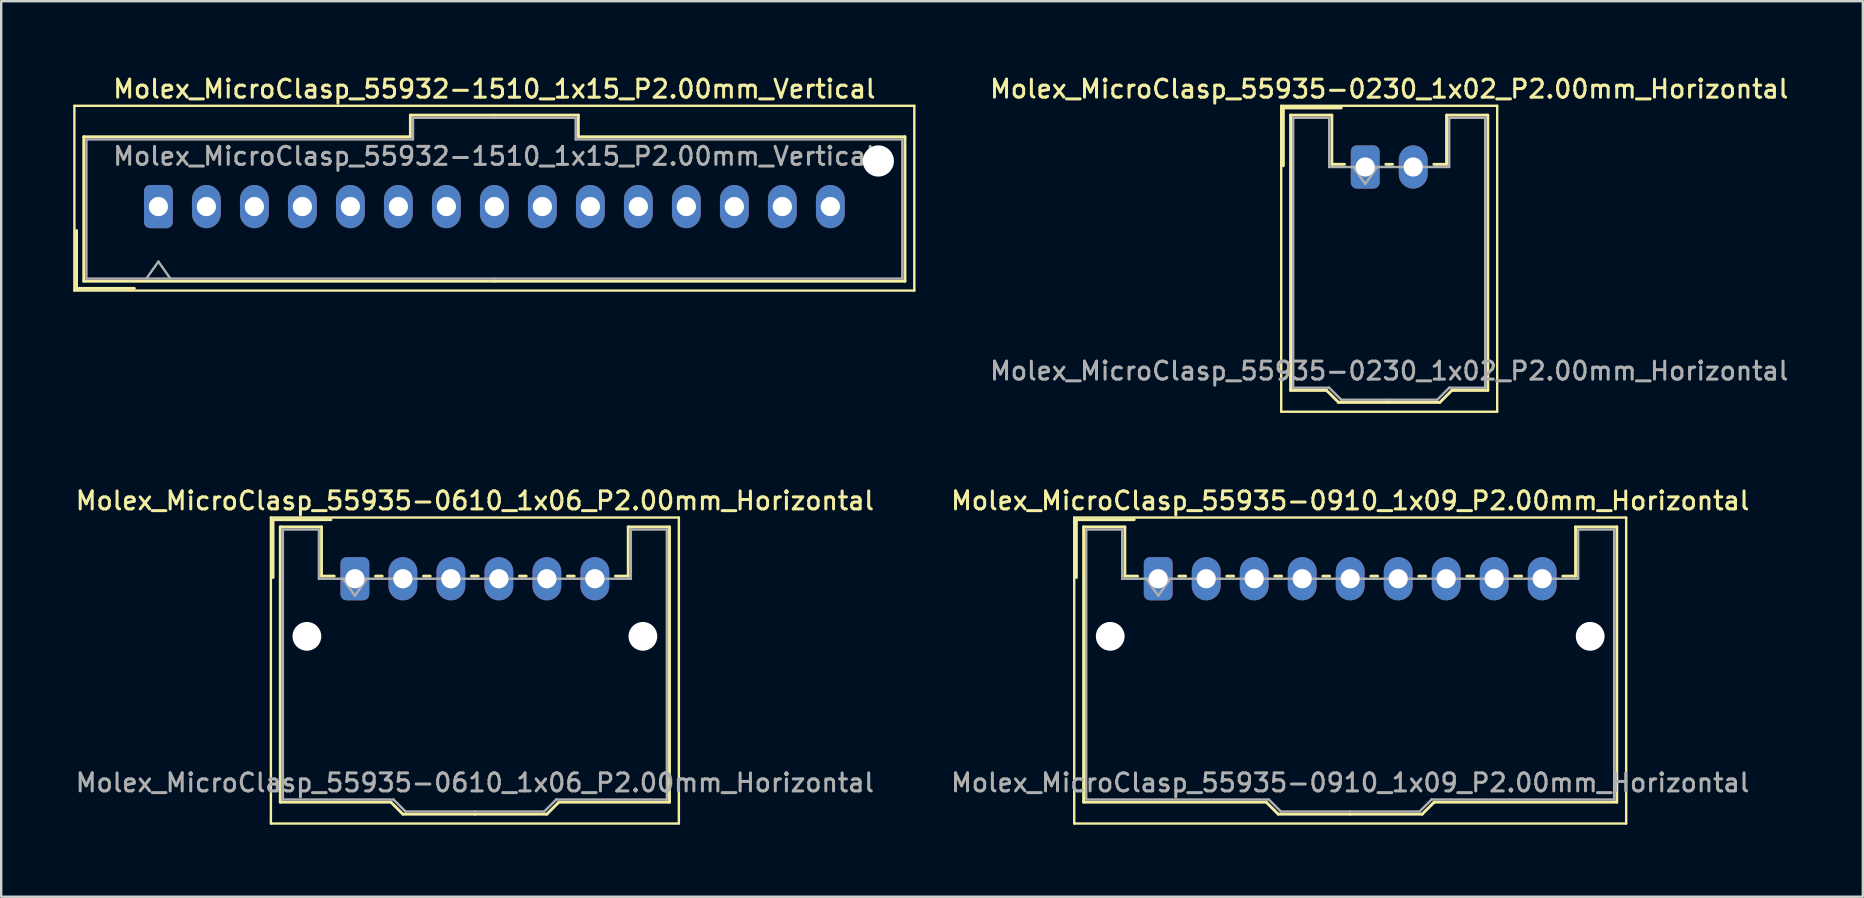
<source format=kicad_pcb>
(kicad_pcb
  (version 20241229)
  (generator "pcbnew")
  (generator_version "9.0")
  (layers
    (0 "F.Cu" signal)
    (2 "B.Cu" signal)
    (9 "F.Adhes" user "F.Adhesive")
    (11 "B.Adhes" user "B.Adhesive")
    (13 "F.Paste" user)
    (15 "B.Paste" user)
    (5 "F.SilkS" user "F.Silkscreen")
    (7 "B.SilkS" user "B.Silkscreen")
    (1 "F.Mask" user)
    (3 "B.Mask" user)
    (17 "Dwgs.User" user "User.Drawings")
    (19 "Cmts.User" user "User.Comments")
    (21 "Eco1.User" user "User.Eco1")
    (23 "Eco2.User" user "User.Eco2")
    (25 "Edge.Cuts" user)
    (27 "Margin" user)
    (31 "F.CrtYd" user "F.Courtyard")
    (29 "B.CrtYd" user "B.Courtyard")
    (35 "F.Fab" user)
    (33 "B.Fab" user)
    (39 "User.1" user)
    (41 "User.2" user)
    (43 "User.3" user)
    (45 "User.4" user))
  (footprint "Molex_MicroClasp_55935-0230_1x02_P2.00mm_Horizontal"
    (layer "F.Cu")
    (at 53.838 3.908)
    (property "Reference" "Molex_MicroClasp_55935-0230_1x02_P2.00mm_Horizontal" (at 1 -3.25 0) (layer "F.SilkS") (effects (font (size 0.75 0.75) (thickness 0.125))))
    (attr through_hole)
    (fp_line (start -3.5 -2.55) (end -3.5 10.2) (stroke (width 0.1) (type solid)) (layer "F.SilkS"))
    (fp_line (start -3.5 10.2) (end 5.5 10.2) (stroke (width 0.1) (type solid)) (layer "F.SilkS"))
    (fp_line (start -3.41 -2.46) (end -1 -2.46) (stroke (width 0.12) (type solid)) (layer "F.SilkS"))
    (fp_line (start -3.41 -0.05) (end -3.41 -2.46) (stroke (width 0.12) (type solid)) (layer "F.SilkS"))
    (fp_line (start -3.11 -2.16) (end -1.39 -2.16) (stroke (width 0.12) (type solid)) (layer "F.SilkS"))
    (fp_line (start -3.11 9.31) (end -3.11 -2.16) (stroke (width 0.12) (type solid)) (layer "F.SilkS"))
    (fp_line (start -1.61 9.31) (end -3.11 9.31) (stroke (width 0.12) (type solid)) (layer "F.SilkS"))
    (fp_line (start -1.39 -2.16) (end -1.39 -0.11) (stroke (width 0.12) (type solid)) (layer "F.SilkS"))
    (fp_line (start -1.39 -0.11) (end -0.86 -0.11) (stroke (width 0.12) (type solid)) (layer "F.SilkS"))
    (fp_line (start -1.11 9.81) (end -1.61 9.31) (stroke (width 0.12) (type solid)) (layer "F.SilkS"))
    (fp_line (start 0.86 -0.11) (end 1.14 -0.11) (stroke (width 0.12) (type solid)) (layer "F.SilkS"))
    (fp_line (start 1 9.81) (end -1.11 9.81) (stroke (width 0.12) (type solid)) (layer "F.SilkS"))
    (fp_line (start 1 9.81) (end 3.11 9.81) (stroke (width 0.12) (type solid)) (layer "F.SilkS"))
    (fp_line (start 3.11 9.81) (end 3.61 9.31) (stroke (width 0.12) (type solid)) (layer "F.SilkS"))
    (fp_line (start 3.39 -2.16) (end 3.39 -0.11) (stroke (width 0.12) (type solid)) (layer "F.SilkS"))
    (fp_line (start 3.39 -0.11) (end 2.86 -0.11) (stroke (width 0.12) (type solid)) (layer "F.SilkS"))
    (fp_line (start 3.61 9.31) (end 5.11 9.31) (stroke (width 0.12) (type solid)) (layer "F.SilkS"))
    (fp_line (start 5.11 -2.16) (end 3.39 -2.16) (stroke (width 0.12) (type solid)) (layer "F.SilkS"))
    (fp_line (start 5.11 9.31) (end 5.11 -2.16) (stroke (width 0.12) (type solid)) (layer "F.SilkS"))
    (fp_line (start 5.5 -2.55) (end -3.5 -2.55) (stroke (width 0.1) (type solid)) (layer "F.SilkS"))
    (fp_line (start 5.5 10.2) (end 5.5 -2.55) (stroke (width 0.1) (type solid)) (layer "F.SilkS"))
    (fp_line (start -3 -2.05) (end -1.5 -2.05) (stroke (width 0.1) (type solid)) (layer "F.Fab"))
    (fp_line (start -3 9.2) (end -3 -2.05) (stroke (width 0.1) (type solid)) (layer "F.Fab"))
    (fp_line (start -1.5 -2.05) (end -1.5 0) (stroke (width 0.1) (type solid)) (layer "F.Fab"))
    (fp_line (start -1.5 0) (end 1 0) (stroke (width 0.1) (type solid)) (layer "F.Fab"))
    (fp_line (start -1.5 9.2) (end -3 9.2) (stroke (width 0.1) (type solid)) (layer "F.Fab"))
    (fp_line (start -1 9.7) (end -1.5 9.2) (stroke (width 0.1) (type solid)) (layer "F.Fab"))
    (fp_line (start -0.5 0) (end 0 0.707) (stroke (width 0.1) (type solid)) (layer "F.Fab"))
    (fp_line (start 0 0.707) (end 0.5 0) (stroke (width 0.1) (type solid)) (layer "F.Fab"))
    (fp_line (start 1 9.7) (end -1 9.7) (stroke (width 0.1) (type solid)) (layer "F.Fab"))
    (fp_line (start 1 9.7) (end 3 9.7) (stroke (width 0.1) (type solid)) (layer "F.Fab"))
    (fp_line (start 3 9.7) (end 3.5 9.2) (stroke (width 0.1) (type solid)) (layer "F.Fab"))
    (fp_line (start 3.5 -2.05) (end 3.5 0) (stroke (width 0.1) (type solid)) (layer "F.Fab"))
    (fp_line (start 3.5 0) (end 1 0) (stroke (width 0.1) (type solid)) (layer "F.Fab"))
    (fp_line (start 3.5 9.2) (end 5 9.2) (stroke (width 0.1) (type solid)) (layer "F.Fab"))
    (fp_line (start 5 -2.05) (end 3.5 -2.05) (stroke (width 0.1) (type solid)) (layer "F.Fab"))
    (fp_line (start 5 9.2) (end 5 -2.05) (stroke (width 0.1) (type solid)) (layer "F.Fab"))
    (fp_text user "${REFERENCE}" (at 1 8.5 0) (layer "F.Fab") (effects (font (size 0.75 0.75) (thickness 0.125))))
    (pad "1" thru_hole roundrect (at 0 0) (size 1.2 1.8) (drill 0.8) (layers "*.Cu" "*.Mask") (roundrect_rratio 0.208))
    (pad "2" thru_hole oval (at 2 0) (size 1.2 1.8) (drill 0.8) (layers "*.Cu" "*.Mask")))
  (footprint "Molex_MicroClasp_55932-1510_1x15_P2.00mm_Vertical"
    (layer "F.Cu")
    (at 3.55 5.558)
    (property "Reference" "Molex_MicroClasp_55932-1510_1x15_P2.00mm_Vertical" (at 14 -4.9 0) (layer "F.SilkS") (effects (font (size 0.75 0.75) (thickness 0.125))))
    (attr through_hole)
    (fp_line (start -3.5 -4.2) (end -3.5 3.5) (stroke (width 0.1) (type solid)) (layer "F.SilkS"))
    (fp_line (start -3.5 3.5) (end 31.5 3.5) (stroke (width 0.1) (type solid)) (layer "F.SilkS"))
    (fp_line (start -3.41 1) (end -3.41 3.41) (stroke (width 0.12) (type solid)) (layer "F.SilkS"))
    (fp_line (start -3.41 3.41) (end -1 3.41) (stroke (width 0.12) (type solid)) (layer "F.SilkS"))
    (fp_line (start -3.11 -2.91) (end -3.11 3.11) (stroke (width 0.12) (type solid)) (layer "F.SilkS"))
    (fp_line (start -3.11 3.11) (end 14 3.11) (stroke (width 0.12) (type solid)) (layer "F.SilkS"))
    (fp_line (start 10.5 -3.81) (end 10.5 -2.91) (stroke (width 0.12) (type solid)) (layer "F.SilkS"))
    (fp_line (start 10.5 -2.91) (end -3.11 -2.91) (stroke (width 0.12) (type solid)) (layer "F.SilkS"))
    (fp_line (start 14 -3.81) (end 10.5 -3.81) (stroke (width 0.12) (type solid)) (layer "F.SilkS"))
    (fp_line (start 14 -3.81) (end 17.5 -3.81) (stroke (width 0.12) (type solid)) (layer "F.SilkS"))
    (fp_line (start 17.5 -3.81) (end 17.5 -2.91) (stroke (width 0.12) (type solid)) (layer "F.SilkS"))
    (fp_line (start 17.5 -2.91) (end 31.11 -2.91) (stroke (width 0.12) (type solid)) (layer "F.SilkS"))
    (fp_line (start 31.11 -2.91) (end 31.11 3.11) (stroke (width 0.12) (type solid)) (layer "F.SilkS"))
    (fp_line (start 31.11 3.11) (end 14 3.11) (stroke (width 0.12) (type solid)) (layer "F.SilkS"))
    (fp_line (start 31.5 -4.2) (end -3.5 -4.2) (stroke (width 0.1) (type solid)) (layer "F.SilkS"))
    (fp_line (start 31.5 3.5) (end 31.5 -4.2) (stroke (width 0.1) (type solid)) (layer "F.SilkS"))
    (fp_line (start -3 -2.8) (end -3 3) (stroke (width 0.1) (type solid)) (layer "F.Fab"))
    (fp_line (start -3 3) (end 14 3) (stroke (width 0.1) (type solid)) (layer "F.Fab"))
    (fp_line (start -0.5 3) (end 0 2.293) (stroke (width 0.1) (type solid)) (layer "F.Fab"))
    (fp_line (start 0 2.293) (end 0.5 3) (stroke (width 0.1) (type solid)) (layer "F.Fab"))
    (fp_line (start 10.61 -3.7) (end 10.61 -2.8) (stroke (width 0.1) (type solid)) (layer "F.Fab"))
    (fp_line (start 10.61 -2.8) (end -3 -2.8) (stroke (width 0.1) (type solid)) (layer "F.Fab"))
    (fp_line (start 14 -3.7) (end 10.61 -3.7) (stroke (width 0.1) (type solid)) (layer "F.Fab"))
    (fp_line (start 14 -3.7) (end 17.39 -3.7) (stroke (width 0.1) (type solid)) (layer "F.Fab"))
    (fp_line (start 17.39 -3.7) (end 17.39 -2.8) (stroke (width 0.1) (type solid)) (layer "F.Fab"))
    (fp_line (start 17.39 -2.8) (end 31 -2.8) (stroke (width 0.1) (type solid)) (layer "F.Fab"))
    (fp_line (start 31 -2.8) (end 31 3) (stroke (width 0.1) (type solid)) (layer "F.Fab"))
    (fp_line (start 31 3) (end 14 3) (stroke (width 0.1) (type solid)) (layer "F.Fab"))
    (fp_text user "${REFERENCE}" (at 14 -2.1 0) (layer "F.Fab") (effects (font (size 0.75 0.75) (thickness 0.125))))
    (pad "" np_thru_hole circle (at 30 -1.9) (size 1.3 1.3) (drill 1.3) (layers "*.Cu" "*.Mask"))
    (pad "1" thru_hole roundrect (at 0 0) (size 1.2 1.8) (drill 0.8) (layers "*.Cu" "*.Mask") (roundrect_rratio 0.208))
    (pad "2" thru_hole oval (at 2 0) (size 1.2 1.8) (drill 0.8) (layers "*.Cu" "*.Mask"))
    (pad "3" thru_hole oval (at 4 0) (size 1.2 1.8) (drill 0.8) (layers "*.Cu" "*.Mask"))
    (pad "4" thru_hole oval (at 6 0) (size 1.2 1.8) (drill 0.8) (layers "*.Cu" "*.Mask"))
    (pad "5" thru_hole oval (at 8 0) (size 1.2 1.8) (drill 0.8) (layers "*.Cu" "*.Mask"))
    (pad "6" thru_hole oval (at 10 0) (size 1.2 1.8) (drill 0.8) (layers "*.Cu" "*.Mask"))
    (pad "7" thru_hole oval (at 12 0) (size 1.2 1.8) (drill 0.8) (layers "*.Cu" "*.Mask"))
    (pad "8" thru_hole oval (at 14 0) (size 1.2 1.8) (drill 0.8) (layers "*.Cu" "*.Mask"))
    (pad "9" thru_hole oval (at 16 0) (size 1.2 1.8) (drill 0.8) (layers "*.Cu" "*.Mask"))
    (pad "10" thru_hole oval (at 18 0) (size 1.2 1.8) (drill 0.8) (layers "*.Cu" "*.Mask"))
    (pad "11" thru_hole oval (at 20 0) (size 1.2 1.8) (drill 0.8) (layers "*.Cu" "*.Mask"))
    (pad "12" thru_hole oval (at 22 0) (size 1.2 1.8) (drill 0.8) (layers "*.Cu" "*.Mask"))
    (pad "13" thru_hole oval (at 24 0) (size 1.2 1.8) (drill 0.8) (layers "*.Cu" "*.Mask"))
    (pad "14" thru_hole oval (at 26 0) (size 1.2 1.8) (drill 0.8) (layers "*.Cu" "*.Mask"))
    (pad "15" thru_hole oval (at 28 0) (size 1.2 1.8) (drill 0.8) (layers "*.Cu" "*.Mask")))
  (footprint "Molex_MicroClasp_55935-0910_1x09_P2.00mm_Horizontal"
    (layer "F.Cu")
    (at 45.213 21.066)
    (property "Reference" "Molex_MicroClasp_55935-0910_1x09_P2.00mm_Horizontal" (at 8 -3.25 0) (layer "F.SilkS") (effects (font (size 0.75 0.75) (thickness 0.125))))
    (attr through_hole)
    (fp_line (start -3.5 -2.55) (end -3.5 10.2) (stroke (width 0.1) (type solid)) (layer "F.SilkS"))
    (fp_line (start -3.5 10.2) (end 19.5 10.2) (stroke (width 0.1) (type solid)) (layer "F.SilkS"))
    (fp_line (start -3.41 -2.46) (end -1 -2.46) (stroke (width 0.12) (type solid)) (layer "F.SilkS"))
    (fp_line (start -3.41 -0.05) (end -3.41 -2.46) (stroke (width 0.12) (type solid)) (layer "F.SilkS"))
    (fp_line (start -3.11 -2.16) (end -1.39 -2.16) (stroke (width 0.12) (type solid)) (layer "F.SilkS"))
    (fp_line (start -3.11 9.31) (end -3.11 -2.16) (stroke (width 0.12) (type solid)) (layer "F.SilkS"))
    (fp_line (start -1.39 -2.16) (end -1.39 -0.11) (stroke (width 0.12) (type solid)) (layer "F.SilkS"))
    (fp_line (start -1.39 -0.11) (end -0.86 -0.11) (stroke (width 0.12) (type solid)) (layer "F.SilkS"))
    (fp_line (start 0.86 -0.11) (end 1.14 -0.11) (stroke (width 0.12) (type solid)) (layer "F.SilkS"))
    (fp_line (start 2.86 -0.11) (end 3.14 -0.11) (stroke (width 0.12) (type solid)) (layer "F.SilkS"))
    (fp_line (start 4.5 9.31) (end -3.11 9.31) (stroke (width 0.12) (type solid)) (layer "F.SilkS"))
    (fp_line (start 4.86 -0.11) (end 5.14 -0.11) (stroke (width 0.12) (type solid)) (layer "F.SilkS"))
    (fp_line (start 5 9.81) (end 4.5 9.31) (stroke (width 0.12) (type solid)) (layer "F.SilkS"))
    (fp_line (start 6.86 -0.11) (end 7.14 -0.11) (stroke (width 0.12) (type solid)) (layer "F.SilkS"))
    (fp_line (start 8 9.81) (end 5 9.81) (stroke (width 0.12) (type solid)) (layer "F.SilkS"))
    (fp_line (start 8 9.81) (end 11 9.81) (stroke (width 0.12) (type solid)) (layer "F.SilkS"))
    (fp_line (start 8.86 -0.11) (end 9.14 -0.11) (stroke (width 0.12) (type solid)) (layer "F.SilkS"))
    (fp_line (start 10.86 -0.11) (end 11.14 -0.11) (stroke (width 0.12) (type solid)) (layer "F.SilkS"))
    (fp_line (start 11 9.81) (end 11.5 9.31) (stroke (width 0.12) (type solid)) (layer "F.SilkS"))
    (fp_line (start 11.5 9.31) (end 19.11 9.31) (stroke (width 0.12) (type solid)) (layer "F.SilkS"))
    (fp_line (start 12.86 -0.11) (end 13.14 -0.11) (stroke (width 0.12) (type solid)) (layer "F.SilkS"))
    (fp_line (start 14.86 -0.11) (end 15.14 -0.11) (stroke (width 0.12) (type solid)) (layer "F.SilkS"))
    (fp_line (start 17.39 -2.16) (end 17.39 -0.11) (stroke (width 0.12) (type solid)) (layer "F.SilkS"))
    (fp_line (start 17.39 -0.11) (end 16.86 -0.11) (stroke (width 0.12) (type solid)) (layer "F.SilkS"))
    (fp_line (start 19.11 -2.16) (end 17.39 -2.16) (stroke (width 0.12) (type solid)) (layer "F.SilkS"))
    (fp_line (start 19.11 9.31) (end 19.11 -2.16) (stroke (width 0.12) (type solid)) (layer "F.SilkS"))
    (fp_line (start 19.5 -2.55) (end -3.5 -2.55) (stroke (width 0.1) (type solid)) (layer "F.SilkS"))
    (fp_line (start 19.5 10.2) (end 19.5 -2.55) (stroke (width 0.1) (type solid)) (layer "F.SilkS"))
    (fp_line (start -3 -2.05) (end -1.5 -2.05) (stroke (width 0.1) (type solid)) (layer "F.Fab"))
    (fp_line (start -3 9.2) (end -3 -2.05) (stroke (width 0.1) (type solid)) (layer "F.Fab"))
    (fp_line (start -1.5 -2.05) (end -1.5 0) (stroke (width 0.1) (type solid)) (layer "F.Fab"))
    (fp_line (start -1.5 0) (end 8 0) (stroke (width 0.1) (type solid)) (layer "F.Fab"))
    (fp_line (start -0.5 0) (end 0 0.707) (stroke (width 0.1) (type solid)) (layer "F.Fab"))
    (fp_line (start 0 0.707) (end 0.5 0) (stroke (width 0.1) (type solid)) (layer "F.Fab"))
    (fp_line (start 4.61 9.2) (end -3 9.2) (stroke (width 0.1) (type solid)) (layer "F.Fab"))
    (fp_line (start 5.11 9.7) (end 4.61 9.2) (stroke (width 0.1) (type solid)) (layer "F.Fab"))
    (fp_line (start 8 9.7) (end 5.11 9.7) (stroke (width 0.1) (type solid)) (layer "F.Fab"))
    (fp_line (start 8 9.7) (end 10.89 9.7) (stroke (width 0.1) (type solid)) (layer "F.Fab"))
    (fp_line (start 10.89 9.7) (end 11.39 9.2) (stroke (width 0.1) (type solid)) (layer "F.Fab"))
    (fp_line (start 11.39 9.2) (end 19 9.2) (stroke (width 0.1) (type solid)) (layer "F.Fab"))
    (fp_line (start 17.5 -2.05) (end 17.5 0) (stroke (width 0.1) (type solid)) (layer "F.Fab"))
    (fp_line (start 17.5 0) (end 8 0) (stroke (width 0.1) (type solid)) (layer "F.Fab"))
    (fp_line (start 19 -2.05) (end 17.5 -2.05) (stroke (width 0.1) (type solid)) (layer "F.Fab"))
    (fp_line (start 19 9.2) (end 19 -2.05) (stroke (width 0.1) (type solid)) (layer "F.Fab"))
    (fp_text user "${REFERENCE}" (at 8 8.5 0) (layer "F.Fab") (effects (font (size 0.75 0.75) (thickness 0.125))))
    (pad "" np_thru_hole circle (at -2 2.4) (size 1.2 1.2) (drill 1.2) (layers "*.Cu" "*.Mask"))
    (pad "" np_thru_hole circle (at 18 2.4) (size 1.2 1.2) (drill 1.2) (layers "*.Cu" "*.Mask"))
    (pad "1" thru_hole roundrect (at 0 0) (size 1.2 1.8) (drill 0.8) (layers "*.Cu" "*.Mask") (roundrect_rratio 0.208))
    (pad "2" thru_hole oval (at 2 0) (size 1.2 1.8) (drill 0.8) (layers "*.Cu" "*.Mask"))
    (pad "3" thru_hole oval (at 4 0) (size 1.2 1.8) (drill 0.8) (layers "*.Cu" "*.Mask"))
    (pad "4" thru_hole oval (at 6 0) (size 1.2 1.8) (drill 0.8) (layers "*.Cu" "*.Mask"))
    (pad "5" thru_hole oval (at 8 0) (size 1.2 1.8) (drill 0.8) (layers "*.Cu" "*.Mask"))
    (pad "6" thru_hole oval (at 10 0) (size 1.2 1.8) (drill 0.8) (layers "*.Cu" "*.Mask"))
    (pad "7" thru_hole oval (at 12 0) (size 1.2 1.8) (drill 0.8) (layers "*.Cu" "*.Mask"))
    (pad "8" thru_hole oval (at 14 0) (size 1.2 1.8) (drill 0.8) (layers "*.Cu" "*.Mask"))
    (pad "9" thru_hole oval (at 16 0) (size 1.2 1.8) (drill 0.8) (layers "*.Cu" "*.Mask")))
  (footprint "Molex_MicroClasp_55935-0610_1x06_P2.00mm_Horizontal"
    (layer "F.Cu")
    (at 11.738 21.066)
    (property "Reference" "Molex_MicroClasp_55935-0610_1x06_P2.00mm_Horizontal" (at 5 -3.25 0) (layer "F.SilkS") (effects (font (size 0.75 0.75) (thickness 0.125))))
    (attr through_hole)
    (fp_line (start -3.5 -2.55) (end -3.5 10.2) (stroke (width 0.1) (type solid)) (layer "F.SilkS"))
    (fp_line (start -3.5 10.2) (end 13.5 10.2) (stroke (width 0.1) (type solid)) (layer "F.SilkS"))
    (fp_line (start -3.41 -2.46) (end -1 -2.46) (stroke (width 0.12) (type solid)) (layer "F.SilkS"))
    (fp_line (start -3.41 -0.05) (end -3.41 -2.46) (stroke (width 0.12) (type solid)) (layer "F.SilkS"))
    (fp_line (start -3.11 -2.16) (end -1.39 -2.16) (stroke (width 0.12) (type solid)) (layer "F.SilkS"))
    (fp_line (start -3.11 9.31) (end -3.11 -2.16) (stroke (width 0.12) (type solid)) (layer "F.SilkS"))
    (fp_line (start -1.39 -2.16) (end -1.39 -0.11) (stroke (width 0.12) (type solid)) (layer "F.SilkS"))
    (fp_line (start -1.39 -0.11) (end -0.86 -0.11) (stroke (width 0.12) (type solid)) (layer "F.SilkS"))
    (fp_line (start 0.86 -0.11) (end 1.14 -0.11) (stroke (width 0.12) (type solid)) (layer "F.SilkS"))
    (fp_line (start 1.5 9.31) (end -3.11 9.31) (stroke (width 0.12) (type solid)) (layer "F.SilkS"))
    (fp_line (start 2 9.81) (end 1.5 9.31) (stroke (width 0.12) (type solid)) (layer "F.SilkS"))
    (fp_line (start 2.86 -0.11) (end 3.14 -0.11) (stroke (width 0.12) (type solid)) (layer "F.SilkS"))
    (fp_line (start 4.86 -0.11) (end 5.14 -0.11) (stroke (width 0.12) (type solid)) (layer "F.SilkS"))
    (fp_line (start 5 9.81) (end 2 9.81) (stroke (width 0.12) (type solid)) (layer "F.SilkS"))
    (fp_line (start 5 9.81) (end 8 9.81) (stroke (width 0.12) (type solid)) (layer "F.SilkS"))
    (fp_line (start 6.86 -0.11) (end 7.14 -0.11) (stroke (width 0.12) (type solid)) (layer "F.SilkS"))
    (fp_line (start 8 9.81) (end 8.5 9.31) (stroke (width 0.12) (type solid)) (layer "F.SilkS"))
    (fp_line (start 8.5 9.31) (end 13.11 9.31) (stroke (width 0.12) (type solid)) (layer "F.SilkS"))
    (fp_line (start 8.86 -0.11) (end 9.14 -0.11) (stroke (width 0.12) (type solid)) (layer "F.SilkS"))
    (fp_line (start 11.39 -2.16) (end 11.39 -0.11) (stroke (width 0.12) (type solid)) (layer "F.SilkS"))
    (fp_line (start 11.39 -0.11) (end 10.86 -0.11) (stroke (width 0.12) (type solid)) (layer "F.SilkS"))
    (fp_line (start 13.11 -2.16) (end 11.39 -2.16) (stroke (width 0.12) (type solid)) (layer "F.SilkS"))
    (fp_line (start 13.11 9.31) (end 13.11 -2.16) (stroke (width 0.12) (type solid)) (layer "F.SilkS"))
    (fp_line (start 13.5 -2.55) (end -3.5 -2.55) (stroke (width 0.1) (type solid)) (layer "F.SilkS"))
    (fp_line (start 13.5 10.2) (end 13.5 -2.55) (stroke (width 0.1) (type solid)) (layer "F.SilkS"))
    (fp_line (start -3 -2.05) (end -1.5 -2.05) (stroke (width 0.1) (type solid)) (layer "F.Fab"))
    (fp_line (start -3 9.2) (end -3 -2.05) (stroke (width 0.1) (type solid)) (layer "F.Fab"))
    (fp_line (start -1.5 -2.05) (end -1.5 0) (stroke (width 0.1) (type solid)) (layer "F.Fab"))
    (fp_line (start -1.5 0) (end 5 0) (stroke (width 0.1) (type solid)) (layer "F.Fab"))
    (fp_line (start -0.5 0) (end 0 0.707) (stroke (width 0.1) (type solid)) (layer "F.Fab"))
    (fp_line (start 0 0.707) (end 0.5 0) (stroke (width 0.1) (type solid)) (layer "F.Fab"))
    (fp_line (start 1.61 9.2) (end -3 9.2) (stroke (width 0.1) (type solid)) (layer "F.Fab"))
    (fp_line (start 2.11 9.7) (end 1.61 9.2) (stroke (width 0.1) (type solid)) (layer "F.Fab"))
    (fp_line (start 5 9.7) (end 2.11 9.7) (stroke (width 0.1) (type solid)) (layer "F.Fab"))
    (fp_line (start 5 9.7) (end 7.89 9.7) (stroke (width 0.1) (type solid)) (layer "F.Fab"))
    (fp_line (start 7.89 9.7) (end 8.39 9.2) (stroke (width 0.1) (type solid)) (layer "F.Fab"))
    (fp_line (start 8.39 9.2) (end 13 9.2) (stroke (width 0.1) (type solid)) (layer "F.Fab"))
    (fp_line (start 11.5 -2.05) (end 11.5 0) (stroke (width 0.1) (type solid)) (layer "F.Fab"))
    (fp_line (start 11.5 0) (end 5 0) (stroke (width 0.1) (type solid)) (layer "F.Fab"))
    (fp_line (start 13 -2.05) (end 11.5 -2.05) (stroke (width 0.1) (type solid)) (layer "F.Fab"))
    (fp_line (start 13 9.2) (end 13 -2.05) (stroke (width 0.1) (type solid)) (layer "F.Fab"))
    (fp_text user "${REFERENCE}" (at 5 8.5 0) (layer "F.Fab") (effects (font (size 0.75 0.75) (thickness 0.125))))
    (pad "" np_thru_hole circle (at -2 2.4) (size 1.2 1.2) (drill 1.2) (layers "*.Cu" "*.Mask"))
    (pad "" np_thru_hole circle (at 12 2.4) (size 1.2 1.2) (drill 1.2) (layers "*.Cu" "*.Mask"))
    (pad "1" thru_hole roundrect (at 0 0) (size 1.2 1.8) (drill 0.8) (layers "*.Cu" "*.Mask") (roundrect_rratio 0.208))
    (pad "2" thru_hole oval (at 2 0) (size 1.2 1.8) (drill 0.8) (layers "*.Cu" "*.Mask"))
    (pad "3" thru_hole oval (at 4 0) (size 1.2 1.8) (drill 0.8) (layers "*.Cu" "*.Mask"))
    (pad "4" thru_hole oval (at 6 0) (size 1.2 1.8) (drill 0.8) (layers "*.Cu" "*.Mask"))
    (pad "5" thru_hole oval (at 8 0) (size 1.2 1.8) (drill 0.8) (layers "*.Cu" "*.Mask"))
    (pad "6" thru_hole oval (at 10 0) (size 1.2 1.8) (drill 0.8) (layers "*.Cu" "*.Mask")))
  (gr_rect
    (start -3 -3)
    (end 74.575 34.316)
    (stroke (width 0.1) (type default))
    (fill no)
    (layer "Edge.Cuts")))
</source>
